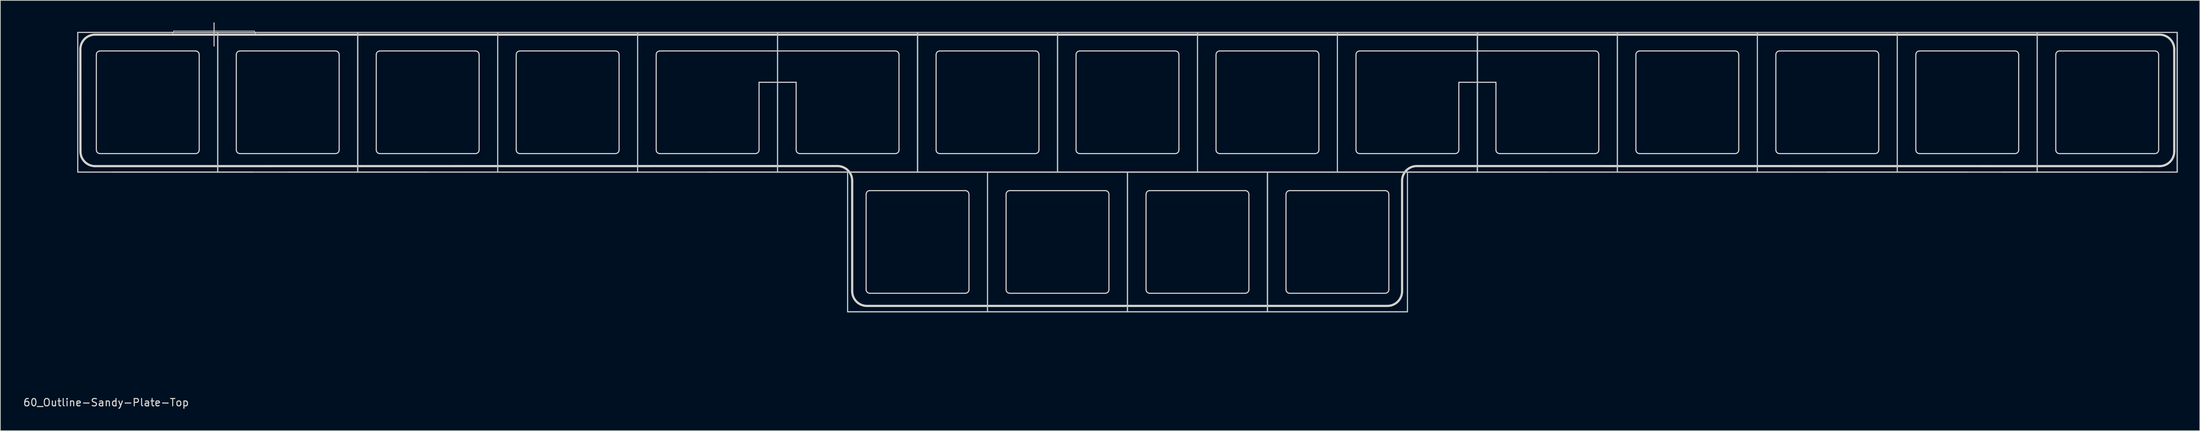
<source format=kicad_pcb>
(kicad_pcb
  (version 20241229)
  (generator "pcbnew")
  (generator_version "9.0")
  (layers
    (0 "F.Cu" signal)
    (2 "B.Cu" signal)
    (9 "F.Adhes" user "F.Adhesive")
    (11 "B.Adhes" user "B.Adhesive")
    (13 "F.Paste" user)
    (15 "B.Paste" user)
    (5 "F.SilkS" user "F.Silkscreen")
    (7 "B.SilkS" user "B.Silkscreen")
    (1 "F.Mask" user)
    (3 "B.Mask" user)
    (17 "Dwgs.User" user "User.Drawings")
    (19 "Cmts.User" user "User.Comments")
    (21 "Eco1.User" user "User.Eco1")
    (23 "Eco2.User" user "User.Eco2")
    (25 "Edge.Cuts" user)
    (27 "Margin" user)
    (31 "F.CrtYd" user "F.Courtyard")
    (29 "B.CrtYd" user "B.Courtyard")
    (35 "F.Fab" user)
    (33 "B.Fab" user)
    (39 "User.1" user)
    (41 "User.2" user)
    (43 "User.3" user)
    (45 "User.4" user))
  (footprint "60_Outline-Sandy-Plate-Top"
    (layer "F.Cu")
    (at 150.412 20.425)
    (property "Reference" "60_Outline-Sandy-Plate-Top" (at -139.025 31.425 0) (layer "Edge.Cuts") (effects (font (size 1 1) (thickness 0.15))))
    (attr through_hole)
    (fp_line (start -142.875 -19.05) (end -123.825 -19.05) (stroke (width 0.15) (type solid)) (layer "Dwgs.User"))
    (fp_line (start -142.875 -19.05) (end -123.825 -19.05) (stroke (width 0.15) (type solid)) (layer "Dwgs.User"))
    (fp_line (start -142.875 0) (end -142.875 -19.05) (stroke (width 0.15) (type solid)) (layer "Dwgs.User"))
    (fp_line (start -142.875 0) (end -142.875 -19.05) (stroke (width 0.15) (type solid)) (layer "Dwgs.User"))
    (fp_line (start -138.113 0) (end -119.062 0) (stroke (width 0.15) (type solid)) (layer "Dwgs.User"))
    (fp_line (start -129.825 -19.25) (end -118.825 -19.25) (stroke (width 0.1) (type solid)) (layer "Dwgs.User"))
    (fp_line (start -124.325 -20.35) (end -124.325 -17.2) (stroke (width 0.15) (type solid)) (layer "Dwgs.User"))
    (fp_line (start -123.825 -19.05) (end -123.825 0) (stroke (width 0.15) (type solid)) (layer "Dwgs.User"))
    (fp_line (start -123.825 -19.05) (end -123.825 0) (stroke (width 0.15) (type solid)) (layer "Dwgs.User"))
    (fp_line (start -123.825 -19.05) (end -104.775 -19.05) (stroke (width 0.15) (type solid)) (layer "Dwgs.User"))
    (fp_line (start -123.825 -19.05) (end -104.775 -19.05) (stroke (width 0.15) (type solid)) (layer "Dwgs.User"))
    (fp_line (start -123.825 0) (end -142.875 0) (stroke (width 0.15) (type solid)) (layer "Dwgs.User"))
    (fp_line (start -123.825 0) (end -142.875 0) (stroke (width 0.15) (type solid)) (layer "Dwgs.User"))
    (fp_line (start -123.825 0) (end -123.825 -19.05) (stroke (width 0.15) (type solid)) (layer "Dwgs.User"))
    (fp_line (start -123.825 0) (end -123.825 -19.05) (stroke (width 0.15) (type solid)) (layer "Dwgs.User"))
    (fp_line (start -114.3 0) (end -95.25 0) (stroke (width 0.15) (type solid)) (layer "Dwgs.User"))
    (fp_line (start -104.775 -19.05) (end -104.775 0) (stroke (width 0.15) (type solid)) (layer "Dwgs.User"))
    (fp_line (start -104.775 -19.05) (end -104.775 0) (stroke (width 0.15) (type solid)) (layer "Dwgs.User"))
    (fp_line (start -104.775 -19.05) (end -85.725 -19.05) (stroke (width 0.15) (type solid)) (layer "Dwgs.User"))
    (fp_line (start -104.775 -19.05) (end -85.725 -19.05) (stroke (width 0.15) (type solid)) (layer "Dwgs.User"))
    (fp_line (start -104.775 0) (end -123.825 0) (stroke (width 0.15) (type solid)) (layer "Dwgs.User"))
    (fp_line (start -104.775 0) (end -123.825 0) (stroke (width 0.15) (type solid)) (layer "Dwgs.User"))
    (fp_line (start -104.775 0) (end -104.775 -19.05) (stroke (width 0.15) (type solid)) (layer "Dwgs.User"))
    (fp_line (start -104.775 0) (end -104.775 -19.05) (stroke (width 0.15) (type solid)) (layer "Dwgs.User"))
    (fp_line (start -85.725 -19.05) (end -85.725 0) (stroke (width 0.15) (type solid)) (layer "Dwgs.User"))
    (fp_line (start -85.725 -19.05) (end -85.725 0) (stroke (width 0.15) (type solid)) (layer "Dwgs.User"))
    (fp_line (start -85.725 -19.05) (end -66.675 -19.05) (stroke (width 0.15) (type solid)) (layer "Dwgs.User"))
    (fp_line (start -85.725 -19.05) (end -66.675 -19.05) (stroke (width 0.15) (type solid)) (layer "Dwgs.User"))
    (fp_line (start -85.725 0) (end -104.775 0) (stroke (width 0.15) (type solid)) (layer "Dwgs.User"))
    (fp_line (start -85.725 0) (end -104.775 0) (stroke (width 0.15) (type solid)) (layer "Dwgs.User"))
    (fp_line (start -85.725 0) (end -85.725 -19.05) (stroke (width 0.15) (type solid)) (layer "Dwgs.User"))
    (fp_line (start -85.725 0) (end -85.725 -19.05) (stroke (width 0.15) (type solid)) (layer "Dwgs.User"))
    (fp_line (start -66.675 -19.05) (end -66.675 0) (stroke (width 0.15) (type solid)) (layer "Dwgs.User"))
    (fp_line (start -66.675 -19.05) (end -66.675 0) (stroke (width 0.15) (type solid)) (layer "Dwgs.User"))
    (fp_line (start -66.675 -19.05) (end -47.625 -19.05) (stroke (width 0.15) (type solid)) (layer "Dwgs.User"))
    (fp_line (start -66.675 -19.05) (end -47.625 -19.05) (stroke (width 0.15) (type solid)) (layer "Dwgs.User"))
    (fp_line (start -66.675 0) (end -85.725 0) (stroke (width 0.15) (type solid)) (layer "Dwgs.User"))
    (fp_line (start -66.675 0) (end -85.725 0) (stroke (width 0.15) (type solid)) (layer "Dwgs.User"))
    (fp_line (start -66.675 0) (end -66.675 -19.05) (stroke (width 0.15) (type solid)) (layer "Dwgs.User"))
    (fp_line (start -66.675 0) (end -66.675 -19.05) (stroke (width 0.15) (type solid)) (layer "Dwgs.User"))
    (fp_line (start -57.15 0) (end -38.1 0) (stroke (width 0.15) (type solid)) (layer "Dwgs.User"))
    (fp_line (start -47.625 -19.05) (end -47.625 0) (stroke (width 0.15) (type solid)) (layer "Dwgs.User"))
    (fp_line (start -47.625 -19.05) (end -47.625 0) (stroke (width 0.15) (type solid)) (layer "Dwgs.User"))
    (fp_line (start -47.625 -19.05) (end -28.575 -19.05) (stroke (width 0.15) (type solid)) (layer "Dwgs.User"))
    (fp_line (start -47.625 -19.05) (end -28.575 -19.05) (stroke (width 0.15) (type solid)) (layer "Dwgs.User"))
    (fp_line (start -47.625 0) (end -66.675 0) (stroke (width 0.15) (type solid)) (layer "Dwgs.User"))
    (fp_line (start -47.625 0) (end -66.675 0) (stroke (width 0.15) (type solid)) (layer "Dwgs.User"))
    (fp_line (start -47.625 0) (end -47.625 -19.05) (stroke (width 0.15) (type solid)) (layer "Dwgs.User"))
    (fp_line (start -47.625 0) (end -47.625 -19.05) (stroke (width 0.15) (type solid)) (layer "Dwgs.User"))
    (fp_line (start -38.1 0) (end -38.1 19.05) (stroke (width 0.15) (type solid)) (layer "Dwgs.User"))
    (fp_line (start -38.1 0) (end -19.05 0) (stroke (width 0.15) (type solid)) (layer "Dwgs.User"))
    (fp_line (start -38.1 0) (end -19.05 0) (stroke (width 0.15) (type solid)) (layer "Dwgs.User"))
    (fp_line (start -38.1 19.05) (end -38.1 0) (stroke (width 0.15) (type solid)) (layer "Dwgs.User"))
    (fp_line (start -38.1 19.05) (end -38.1 0) (stroke (width 0.15) (type solid)) (layer "Dwgs.User"))
    (fp_line (start -38.1 19.05) (end -19.05 19.05) (stroke (width 0.15) (type solid)) (layer "Dwgs.User"))
    (fp_line (start -28.575 -19.05) (end -28.575 0) (stroke (width 0.15) (type solid)) (layer "Dwgs.User"))
    (fp_line (start -28.575 -19.05) (end -28.575 0) (stroke (width 0.15) (type solid)) (layer "Dwgs.User"))
    (fp_line (start -28.575 -19.05) (end -9.525 -19.05) (stroke (width 0.15) (type solid)) (layer "Dwgs.User"))
    (fp_line (start -28.575 -19.05) (end -9.525 -19.05) (stroke (width 0.15) (type solid)) (layer "Dwgs.User"))
    (fp_line (start -28.575 0) (end -47.625 0) (stroke (width 0.15) (type solid)) (layer "Dwgs.User"))
    (fp_line (start -28.575 0) (end -47.625 0) (stroke (width 0.15) (type solid)) (layer "Dwgs.User"))
    (fp_line (start -28.575 0) (end -28.575 -19.05) (stroke (width 0.15) (type solid)) (layer "Dwgs.User"))
    (fp_line (start -28.575 0) (end -28.575 -19.05) (stroke (width 0.15) (type solid)) (layer "Dwgs.User"))
    (fp_line (start -19.05 0) (end -19.05 19.05) (stroke (width 0.15) (type solid)) (layer "Dwgs.User"))
    (fp_line (start -19.05 0) (end -19.05 19.05) (stroke (width 0.15) (type solid)) (layer "Dwgs.User"))
    (fp_line (start -19.05 0) (end 0 0) (stroke (width 0.15) (type solid)) (layer "Dwgs.User"))
    (fp_line (start -19.05 0) (end 0 0) (stroke (width 0.15) (type solid)) (layer "Dwgs.User"))
    (fp_line (start -19.05 19.05) (end -38.1 19.05) (stroke (width 0.15) (type solid)) (layer "Dwgs.User"))
    (fp_line (start -19.05 19.05) (end -38.1 19.05) (stroke (width 0.15) (type solid)) (layer "Dwgs.User"))
    (fp_line (start -19.05 19.05) (end -19.05 0) (stroke (width 0.15) (type solid)) (layer "Dwgs.User"))
    (fp_line (start -19.05 19.05) (end -19.05 0) (stroke (width 0.15) (type solid)) (layer "Dwgs.User"))
    (fp_line (start -19.05 19.05) (end 0 19.05) (stroke (width 0.15) (type solid)) (layer "Dwgs.User"))
    (fp_line (start -9.525 -19.05) (end -9.525 0) (stroke (width 0.15) (type solid)) (layer "Dwgs.User"))
    (fp_line (start -9.525 -19.05) (end -9.525 0) (stroke (width 0.15) (type solid)) (layer "Dwgs.User"))
    (fp_line (start -9.525 -19.05) (end 9.525 -19.05) (stroke (width 0.15) (type solid)) (layer "Dwgs.User"))
    (fp_line (start -9.525 -19.05) (end 9.525 -19.05) (stroke (width 0.15) (type solid)) (layer "Dwgs.User"))
    (fp_line (start -9.525 0) (end -28.575 0) (stroke (width 0.15) (type solid)) (layer "Dwgs.User"))
    (fp_line (start -9.525 0) (end -28.575 0) (stroke (width 0.15) (type solid)) (layer "Dwgs.User"))
    (fp_line (start -9.525 0) (end -9.525 -19.05) (stroke (width 0.15) (type solid)) (layer "Dwgs.User"))
    (fp_line (start -9.525 0) (end -9.525 -19.05) (stroke (width 0.15) (type solid)) (layer "Dwgs.User"))
    (fp_line (start 0 0) (end 0 19.05) (stroke (width 0.15) (type solid)) (layer "Dwgs.User"))
    (fp_line (start 0 0) (end 0 19.05) (stroke (width 0.15) (type solid)) (layer "Dwgs.User"))
    (fp_line (start 0 0) (end 19.05 0) (stroke (width 0.15) (type solid)) (layer "Dwgs.User"))
    (fp_line (start 0 0) (end 19.05 0) (stroke (width 0.15) (type solid)) (layer "Dwgs.User"))
    (fp_line (start 0 19.05) (end -19.05 19.05) (stroke (width 0.15) (type solid)) (layer "Dwgs.User"))
    (fp_line (start 0 19.05) (end -19.05 19.05) (stroke (width 0.15) (type solid)) (layer "Dwgs.User"))
    (fp_line (start 0 19.05) (end 0 0) (stroke (width 0.15) (type solid)) (layer "Dwgs.User"))
    (fp_line (start 0 19.05) (end 0 0) (stroke (width 0.15) (type solid)) (layer "Dwgs.User"))
    (fp_line (start 0 19.05) (end 19.05 19.05) (stroke (width 0.15) (type solid)) (layer "Dwgs.User"))
    (fp_line (start 9.525 -19.05) (end 9.525 0) (stroke (width 0.15) (type solid)) (layer "Dwgs.User"))
    (fp_line (start 9.525 -19.05) (end 9.525 0) (stroke (width 0.15) (type solid)) (layer "Dwgs.User"))
    (fp_line (start 9.525 -19.05) (end 28.575 -19.05) (stroke (width 0.15) (type solid)) (layer "Dwgs.User"))
    (fp_line (start 9.525 -19.05) (end 28.575 -19.05) (stroke (width 0.15) (type solid)) (layer "Dwgs.User"))
    (fp_line (start 9.525 0) (end -9.525 0) (stroke (width 0.15) (type solid)) (layer "Dwgs.User"))
    (fp_line (start 9.525 0) (end -9.525 0) (stroke (width 0.15) (type solid)) (layer "Dwgs.User"))
    (fp_line (start 9.525 0) (end 9.525 -19.05) (stroke (width 0.15) (type solid)) (layer "Dwgs.User"))
    (fp_line (start 9.525 0) (end 9.525 -19.05) (stroke (width 0.15) (type solid)) (layer "Dwgs.User"))
    (fp_line (start 19.05 0) (end 19.05 19.05) (stroke (width 0.15) (type solid)) (layer "Dwgs.User"))
    (fp_line (start 19.05 0) (end 19.05 19.05) (stroke (width 0.15) (type solid)) (layer "Dwgs.User"))
    (fp_line (start 19.05 0) (end 38.1 0) (stroke (width 0.15) (type solid)) (layer "Dwgs.User"))
    (fp_line (start 19.05 0) (end 38.1 0) (stroke (width 0.15) (type solid)) (layer "Dwgs.User"))
    (fp_line (start 19.05 19.05) (end 0 19.05) (stroke (width 0.15) (type solid)) (layer "Dwgs.User"))
    (fp_line (start 19.05 19.05) (end 0 19.05) (stroke (width 0.15) (type solid)) (layer "Dwgs.User"))
    (fp_line (start 19.05 19.05) (end 19.05 0) (stroke (width 0.15) (type solid)) (layer "Dwgs.User"))
    (fp_line (start 19.05 19.05) (end 19.05 0) (stroke (width 0.15) (type solid)) (layer "Dwgs.User"))
    (fp_line (start 19.05 19.05) (end 38.1 19.05) (stroke (width 0.15) (type solid)) (layer "Dwgs.User"))
    (fp_line (start 28.575 -19.05) (end 28.575 0) (stroke (width 0.15) (type solid)) (layer "Dwgs.User"))
    (fp_line (start 28.575 -19.05) (end 28.575 0) (stroke (width 0.15) (type solid)) (layer "Dwgs.User"))
    (fp_line (start 28.575 -19.05) (end 47.625 -19.05) (stroke (width 0.15) (type solid)) (layer "Dwgs.User"))
    (fp_line (start 28.575 -19.05) (end 47.625 -19.05) (stroke (width 0.15) (type solid)) (layer "Dwgs.User"))
    (fp_line (start 28.575 0) (end 9.525 0) (stroke (width 0.15) (type solid)) (layer "Dwgs.User"))
    (fp_line (start 28.575 0) (end 9.525 0) (stroke (width 0.15) (type solid)) (layer "Dwgs.User"))
    (fp_line (start 28.575 0) (end 28.575 -19.05) (stroke (width 0.15) (type solid)) (layer "Dwgs.User"))
    (fp_line (start 28.575 0) (end 28.575 -19.05) (stroke (width 0.15) (type solid)) (layer "Dwgs.User"))
    (fp_line (start 38.1 0) (end 38.1 19.05) (stroke (width 0.15) (type solid)) (layer "Dwgs.User"))
    (fp_line (start 38.1 0) (end 38.1 19.05) (stroke (width 0.15) (type solid)) (layer "Dwgs.User"))
    (fp_line (start 38.1 0) (end 57.15 0) (stroke (width 0.15) (type solid)) (layer "Dwgs.User"))
    (fp_line (start 38.1 19.05) (end 19.05 19.05) (stroke (width 0.15) (type solid)) (layer "Dwgs.User"))
    (fp_line (start 38.1 19.05) (end 19.05 19.05) (stroke (width 0.15) (type solid)) (layer "Dwgs.User"))
    (fp_line (start 47.625 -19.05) (end 47.625 0) (stroke (width 0.15) (type solid)) (layer "Dwgs.User"))
    (fp_line (start 47.625 -19.05) (end 47.625 0) (stroke (width 0.15) (type solid)) (layer "Dwgs.User"))
    (fp_line (start 47.625 -19.05) (end 47.625 0) (stroke (width 0.15) (type solid)) (layer "Dwgs.User"))
    (fp_line (start 47.625 -19.05) (end 66.675 -19.05) (stroke (width 0.15) (type solid)) (layer "Dwgs.User"))
    (fp_line (start 47.625 -19.05) (end 66.675 -19.05) (stroke (width 0.15) (type solid)) (layer "Dwgs.User"))
    (fp_line (start 47.625 0) (end 28.575 0) (stroke (width 0.15) (type solid)) (layer "Dwgs.User"))
    (fp_line (start 47.625 0) (end 28.575 0) (stroke (width 0.15) (type solid)) (layer "Dwgs.User"))
    (fp_line (start 47.625 0) (end 47.625 -19.05) (stroke (width 0.15) (type solid)) (layer "Dwgs.User"))
    (fp_line (start 47.625 0) (end 47.625 -19.05) (stroke (width 0.15) (type solid)) (layer "Dwgs.User"))
    (fp_line (start 47.625 0) (end 47.625 -19.05) (stroke (width 0.15) (type solid)) (layer "Dwgs.User"))
    (fp_line (start 66.675 -19.05) (end 66.675 0) (stroke (width 0.15) (type solid)) (layer "Dwgs.User"))
    (fp_line (start 66.675 -19.05) (end 66.675 0) (stroke (width 0.15) (type solid)) (layer "Dwgs.User"))
    (fp_line (start 66.675 -19.05) (end 85.725 -19.05) (stroke (width 0.15) (type solid)) (layer "Dwgs.User"))
    (fp_line (start 66.675 -19.05) (end 85.725 -19.05) (stroke (width 0.15) (type solid)) (layer "Dwgs.User"))
    (fp_line (start 66.675 0) (end 47.625 0) (stroke (width 0.15) (type solid)) (layer "Dwgs.User"))
    (fp_line (start 66.675 0) (end 47.625 0) (stroke (width 0.15) (type solid)) (layer "Dwgs.User"))
    (fp_line (start 66.675 0) (end 66.675 -19.05) (stroke (width 0.15) (type solid)) (layer "Dwgs.User"))
    (fp_line (start 85.725 -19.05) (end 85.725 0) (stroke (width 0.15) (type solid)) (layer "Dwgs.User"))
    (fp_line (start 85.725 -19.05) (end 104.775 -19.05) (stroke (width 0.15) (type solid)) (layer "Dwgs.User"))
    (fp_line (start 85.725 -19.05) (end 104.775 -19.05) (stroke (width 0.15) (type solid)) (layer "Dwgs.User"))
    (fp_line (start 85.725 0) (end 66.675 0) (stroke (width 0.15) (type solid)) (layer "Dwgs.User"))
    (fp_line (start 85.725 0) (end 66.675 0) (stroke (width 0.15) (type solid)) (layer "Dwgs.User"))
    (fp_line (start 85.725 0) (end 85.725 -19.05) (stroke (width 0.15) (type solid)) (layer "Dwgs.User"))
    (fp_line (start 85.725 0) (end 85.725 -19.05) (stroke (width 0.15) (type solid)) (layer "Dwgs.User"))
    (fp_line (start 95.25 0) (end 114.3 0) (stroke (width 0.15) (type solid)) (layer "Dwgs.User"))
    (fp_line (start 104.775 -19.05) (end 104.775 0) (stroke (width 0.15) (type solid)) (layer "Dwgs.User"))
    (fp_line (start 104.775 -19.05) (end 104.775 0) (stroke (width 0.15) (type solid)) (layer "Dwgs.User"))
    (fp_line (start 104.775 -19.05) (end 123.825 -19.05) (stroke (width 0.15) (type solid)) (layer "Dwgs.User"))
    (fp_line (start 104.775 -19.05) (end 123.825 -19.05) (stroke (width 0.15) (type solid)) (layer "Dwgs.User"))
    (fp_line (start 104.775 0) (end 85.725 0) (stroke (width 0.15) (type solid)) (layer "Dwgs.User"))
    (fp_line (start 104.775 0) (end 85.725 0) (stroke (width 0.15) (type solid)) (layer "Dwgs.User"))
    (fp_line (start 104.775 0) (end 104.775 -19.05) (stroke (width 0.15) (type solid)) (layer "Dwgs.User"))
    (fp_line (start 119.062 0) (end 138.113 0) (stroke (width 0.15) (type solid)) (layer "Dwgs.User"))
    (fp_line (start 123.825 -19.05) (end 123.825 0) (stroke (width 0.15) (type solid)) (layer "Dwgs.User"))
    (fp_line (start 123.825 -19.05) (end 123.825 0) (stroke (width 0.15) (type solid)) (layer "Dwgs.User"))
    (fp_line (start 123.825 -19.05) (end 142.875 -19.05) (stroke (width 0.15) (type solid)) (layer "Dwgs.User"))
    (fp_line (start 123.825 -19.05) (end 142.875 -19.05) (stroke (width 0.15) (type solid)) (layer "Dwgs.User"))
    (fp_line (start 123.825 0) (end 104.775 0) (stroke (width 0.15) (type solid)) (layer "Dwgs.User"))
    (fp_line (start 123.825 0) (end 104.775 0) (stroke (width 0.15) (type solid)) (layer "Dwgs.User"))
    (fp_line (start 123.825 0) (end 123.825 -19.05) (stroke (width 0.15) (type solid)) (layer "Dwgs.User"))
    (fp_line (start 142.875 -19.05) (end 142.875 0) (stroke (width 0.15) (type solid)) (layer "Dwgs.User"))
    (fp_line (start 142.875 -19.05) (end 142.875 0) (stroke (width 0.15) (type solid)) (layer "Dwgs.User"))
    (fp_line (start 142.875 -19.05) (end 142.875 0) (stroke (width 0.15) (type solid)) (layer "Dwgs.User"))
    (fp_line (start 142.875 0) (end 123.825 0) (stroke (width 0.15) (type solid)) (layer "Dwgs.User"))
    (fp_line (start 142.875 0) (end 123.825 0) (stroke (width 0.15) (type solid)) (layer "Dwgs.User"))
    (fp_arc (start -129.825 -19.25004) (mid -129.971447 -18.896487) (end -130.325 -18.75004) (stroke (width 0.1) (type solid)) (layer "Dwgs.User"))
    (fp_arc (start -118.325 -18.75004) (mid -118.678553 -18.896487) (end -118.825 -19.25004) (stroke (width 0.1) (type solid)) (layer "Dwgs.User"))
    (fp_circle (center -47.625 -14.5) (end -45.425 -14.5) (stroke (width 0.15) (type solid)) (fill no) (layer "Eco1.User"))
    (fp_circle (center 47.625 -14.5) (end 49.825 -14.5) (stroke (width 0.15) (type solid)) (fill no) (layer "Eco1.User"))
    (fp_circle (center 47.625 -14.5) (end 49.825 -14.5) (stroke (width 0.15) (type solid)) (fill no) (layer "Eco1.User"))
    (fp_line (start -142.511 -2.814) (end -142.525 -16.75) (stroke (width 0.3) (type solid)) (layer "Edge.Cuts"))
    (fp_line (start -140.511 -0.814) (end -39.471 -0.825) (stroke (width 0.3) (type solid)) (layer "Edge.Cuts"))
    (fp_line (start -140.35 -16.025) (end -140.35 -3.025) (stroke (width 0.15) (type solid)) (layer "Edge.Cuts"))
    (fp_line (start -139.85 -16.525) (end -126.85 -16.525) (stroke (width 0.15) (type solid)) (layer "Edge.Cuts"))
    (fp_line (start -139.85 -2.525) (end -126.85 -2.525) (stroke (width 0.15) (type solid)) (layer "Edge.Cuts"))
    (fp_line (start -126.35 -3.025) (end -126.35 -16.025) (stroke (width 0.15) (type solid)) (layer "Edge.Cuts"))
    (fp_line (start -121.3 -16.025) (end -121.3 -3.025) (stroke (width 0.15) (type solid)) (layer "Edge.Cuts"))
    (fp_line (start -120.8 -16.525) (end -107.8 -16.525) (stroke (width 0.15) (type solid)) (layer "Edge.Cuts"))
    (fp_line (start -120.8 -2.525) (end -107.8 -2.525) (stroke (width 0.15) (type solid)) (layer "Edge.Cuts"))
    (fp_line (start -107.3 -3.025) (end -107.3 -16.025) (stroke (width 0.15) (type solid)) (layer "Edge.Cuts"))
    (fp_line (start -102.25 -16.025) (end -102.25 -3.025) (stroke (width 0.15) (type solid)) (layer "Edge.Cuts"))
    (fp_line (start -101.75 -16.525) (end -88.75 -16.525) (stroke (width 0.15) (type solid)) (layer "Edge.Cuts"))
    (fp_line (start -101.75 -2.525) (end -88.75 -2.525) (stroke (width 0.15) (type solid)) (layer "Edge.Cuts"))
    (fp_line (start -88.25 -3.025) (end -88.25 -16.025) (stroke (width 0.15) (type solid)) (layer "Edge.Cuts"))
    (fp_line (start -83.2 -16.025) (end -83.2 -3.025) (stroke (width 0.15) (type solid)) (layer "Edge.Cuts"))
    (fp_line (start -82.7 -16.525) (end -69.7 -16.525) (stroke (width 0.15) (type solid)) (layer "Edge.Cuts"))
    (fp_line (start -82.7 -2.525) (end -69.7 -2.525) (stroke (width 0.15) (type solid)) (layer "Edge.Cuts"))
    (fp_line (start -69.2 -3.025) (end -69.2 -16.025) (stroke (width 0.15) (type solid)) (layer "Edge.Cuts"))
    (fp_line (start -64.15 -16.025) (end -64.15 -3.025) (stroke (width 0.15) (type solid)) (layer "Edge.Cuts"))
    (fp_line (start -63.65 -16.525) (end -31.6 -16.525) (stroke (width 0.15) (type solid)) (layer "Edge.Cuts"))
    (fp_line (start -63.65 -2.525) (end -50.65 -2.525) (stroke (width 0.15) (type solid)) (layer "Edge.Cuts"))
    (fp_line (start -50.15 -12.25) (end -45.1 -12.25) (stroke (width 0.15) (type solid)) (layer "Edge.Cuts"))
    (fp_line (start -50.15 -3.025) (end -50.15 -12.25) (stroke (width 0.15) (type solid)) (layer "Edge.Cuts"))
    (fp_line (start -45.1 -12.25) (end -45.1 -3.025) (stroke (width 0.15) (type solid)) (layer "Edge.Cuts"))
    (fp_line (start -44.6 -2.525) (end -31.6 -2.525) (stroke (width 0.15) (type solid)) (layer "Edge.Cuts"))
    (fp_line (start -37.471 16.25) (end -37.471 1.175) (stroke (width 0.3) (type solid)) (layer "Edge.Cuts"))
    (fp_line (start -35.575 3.025) (end -35.575 16.025) (stroke (width 0.15) (type solid)) (layer "Edge.Cuts"))
    (fp_line (start -35.471 18.25) (end 35.375 18.25) (stroke (width 0.3) (type solid)) (layer "Edge.Cuts"))
    (fp_line (start -35.075 2.525) (end -22.075 2.525) (stroke (width 0.15) (type solid)) (layer "Edge.Cuts"))
    (fp_line (start -35.075 16.525) (end -22.075 16.525) (stroke (width 0.15) (type solid)) (layer "Edge.Cuts"))
    (fp_line (start -31.1 -3.025) (end -31.1 -16.025) (stroke (width 0.15) (type solid)) (layer "Edge.Cuts"))
    (fp_line (start -26.05 -16.025) (end -26.05 -3.025) (stroke (width 0.15) (type solid)) (layer "Edge.Cuts"))
    (fp_line (start -25.55 -16.525) (end -12.55 -16.525) (stroke (width 0.15) (type solid)) (layer "Edge.Cuts"))
    (fp_line (start -25.55 -2.525) (end -12.55 -2.525) (stroke (width 0.15) (type solid)) (layer "Edge.Cuts"))
    (fp_line (start -21.575 16.025) (end -21.575 3.025) (stroke (width 0.15) (type solid)) (layer "Edge.Cuts"))
    (fp_line (start -16.525 3.025) (end -16.525 16.025) (stroke (width 0.15) (type solid)) (layer "Edge.Cuts"))
    (fp_line (start -16.025 2.525) (end -3.025 2.525) (stroke (width 0.15) (type solid)) (layer "Edge.Cuts"))
    (fp_line (start -16.025 16.525) (end -3.025 16.525) (stroke (width 0.15) (type solid)) (layer "Edge.Cuts"))
    (fp_line (start -12.05 -3.025) (end -12.05 -16.025) (stroke (width 0.15) (type solid)) (layer "Edge.Cuts"))
    (fp_line (start -7 -16.025) (end -7 -3.025) (stroke (width 0.15) (type solid)) (layer "Edge.Cuts"))
    (fp_line (start -6.5 -16.525) (end 6.5 -16.525) (stroke (width 0.15) (type solid)) (layer "Edge.Cuts"))
    (fp_line (start -6.5 -2.525) (end 6.5 -2.525) (stroke (width 0.15) (type solid)) (layer "Edge.Cuts"))
    (fp_line (start -2.525 16.025) (end -2.525 3.025) (stroke (width 0.15) (type solid)) (layer "Edge.Cuts"))
    (fp_line (start 2.525 3.025) (end 2.525 16.025) (stroke (width 0.15) (type solid)) (layer "Edge.Cuts"))
    (fp_line (start 3.025 2.525) (end 16.025 2.525) (stroke (width 0.15) (type solid)) (layer "Edge.Cuts"))
    (fp_line (start 3.025 16.525) (end 16.025 16.525) (stroke (width 0.15) (type solid)) (layer "Edge.Cuts"))
    (fp_line (start 7 -3.025) (end 7 -16.025) (stroke (width 0.15) (type solid)) (layer "Edge.Cuts"))
    (fp_line (start 12.05 -16.025) (end 12.05 -3.025) (stroke (width 0.15) (type solid)) (layer "Edge.Cuts"))
    (fp_line (start 12.55 -16.525) (end 25.55 -16.525) (stroke (width 0.15) (type solid)) (layer "Edge.Cuts"))
    (fp_line (start 12.55 -2.525) (end 25.55 -2.525) (stroke (width 0.15) (type solid)) (layer "Edge.Cuts"))
    (fp_line (start 16.525 16.025) (end 16.525 3.025) (stroke (width 0.15) (type solid)) (layer "Edge.Cuts"))
    (fp_line (start 21.575 3.025) (end 21.575 16.025) (stroke (width 0.15) (type solid)) (layer "Edge.Cuts"))
    (fp_line (start 22.075 2.525) (end 35.075 2.525) (stroke (width 0.15) (type solid)) (layer "Edge.Cuts"))
    (fp_line (start 22.075 16.525) (end 35.075 16.525) (stroke (width 0.15) (type solid)) (layer "Edge.Cuts"))
    (fp_line (start 26.05 -3.025) (end 26.05 -16.025) (stroke (width 0.15) (type solid)) (layer "Edge.Cuts"))
    (fp_line (start 31.1 -16.025) (end 31.1 -3.025) (stroke (width 0.15) (type solid)) (layer "Edge.Cuts"))
    (fp_line (start 31.6 -16.525) (end 63.65 -16.525) (stroke (width 0.15) (type solid)) (layer "Edge.Cuts"))
    (fp_line (start 31.6 -2.525) (end 44.6 -2.525) (stroke (width 0.15) (type solid)) (layer "Edge.Cuts"))
    (fp_line (start 35.575 16.025) (end 35.575 3.025) (stroke (width 0.15) (type solid)) (layer "Edge.Cuts"))
    (fp_line (start 37.375 16.25) (end 37.375 1.175) (stroke (width 0.3) (type solid)) (layer "Edge.Cuts"))
    (fp_line (start 39.375 -0.825) (end 140.475 -0.814) (stroke (width 0.3) (type solid)) (layer "Edge.Cuts"))
    (fp_line (start 45.1 -12.25) (end 50.15 -12.25) (stroke (width 0.15) (type solid)) (layer "Edge.Cuts"))
    (fp_line (start 45.1 -3.025) (end 45.1 -12.25) (stroke (width 0.15) (type solid)) (layer "Edge.Cuts"))
    (fp_line (start 50.15 -12.25) (end 50.15 -3.025) (stroke (width 0.15) (type solid)) (layer "Edge.Cuts"))
    (fp_line (start 50.65 -2.525) (end 63.65 -2.525) (stroke (width 0.15) (type solid)) (layer "Edge.Cuts"))
    (fp_line (start 64.15 -3.025) (end 64.15 -16.025) (stroke (width 0.15) (type solid)) (layer "Edge.Cuts"))
    (fp_line (start 69.2 -16.025) (end 69.2 -3.025) (stroke (width 0.15) (type solid)) (layer "Edge.Cuts"))
    (fp_line (start 69.7 -16.525) (end 82.7 -16.525) (stroke (width 0.15) (type solid)) (layer "Edge.Cuts"))
    (fp_line (start 69.7 -2.525) (end 82.7 -2.525) (stroke (width 0.15) (type solid)) (layer "Edge.Cuts"))
    (fp_line (start 83.2 -3.025) (end 83.2 -16.025) (stroke (width 0.15) (type solid)) (layer "Edge.Cuts"))
    (fp_line (start 88.25 -16.025) (end 88.25 -3.025) (stroke (width 0.15) (type solid)) (layer "Edge.Cuts"))
    (fp_line (start 88.75 -16.525) (end 101.75 -16.525) (stroke (width 0.15) (type solid)) (layer "Edge.Cuts"))
    (fp_line (start 88.75 -2.525) (end 101.75 -2.525) (stroke (width 0.15) (type solid)) (layer "Edge.Cuts"))
    (fp_line (start 102.25 -3.025) (end 102.25 -16.025) (stroke (width 0.15) (type solid)) (layer "Edge.Cuts"))
    (fp_line (start 107.3 -16.025) (end 107.3 -3.025) (stroke (width 0.15) (type solid)) (layer "Edge.Cuts"))
    (fp_line (start 107.8 -16.525) (end 120.8 -16.525) (stroke (width 0.15) (type solid)) (layer "Edge.Cuts"))
    (fp_line (start 107.8 -2.525) (end 120.8 -2.525) (stroke (width 0.15) (type solid)) (layer "Edge.Cuts"))
    (fp_line (start 121.3 -3.025) (end 121.3 -16.025) (stroke (width 0.15) (type solid)) (layer "Edge.Cuts"))
    (fp_line (start 126.35 -16.025) (end 126.35 -3.025) (stroke (width 0.15) (type solid)) (layer "Edge.Cuts"))
    (fp_line (start 126.85 -16.525) (end 139.85 -16.525) (stroke (width 0.15) (type solid)) (layer "Edge.Cuts"))
    (fp_line (start 126.85 -2.525) (end 139.85 -2.525) (stroke (width 0.15) (type solid)) (layer "Edge.Cuts"))
    (fp_line (start 140.35 -3.025) (end 140.35 -16.025) (stroke (width 0.15) (type solid)) (layer "Edge.Cuts"))
    (fp_line (start 140.475 -18.75) (end -140.525 -18.75) (stroke (width 0.3) (type solid)) (layer "Edge.Cuts"))
    (fp_line (start 142.475 -2.814) (end 142.475 -16.75) (stroke (width 0.3) (type solid)) (layer "Edge.Cuts"))
    (fp_arc (start -142.525 -16.75004) (mid -141.939214 -18.164254) (end -140.525 -18.75004) (stroke (width 0.3) (type solid)) (layer "Edge.Cuts"))
    (fp_arc (start -140.510786 -0.814254) (mid -141.925 -1.40004) (end -142.510786 -2.814254) (stroke (width 0.3) (type solid)) (layer "Edge.Cuts"))
    (fp_arc (start -140.35 -16.025) (mid -140.203553 -16.378553) (end -139.85 -16.525) (stroke (width 0.15) (type solid)) (layer "Edge.Cuts"))
    (fp_arc (start -139.85 -2.525) (mid -140.203553 -2.671447) (end -140.35 -3.025) (stroke (width 0.15) (type solid)) (layer "Edge.Cuts"))
    (fp_arc (start -126.85 -16.525) (mid -126.496447 -16.378553) (end -126.35 -16.025) (stroke (width 0.15) (type solid)) (layer "Edge.Cuts"))
    (fp_arc (start -126.35 -3.025) (mid -126.496447 -2.671447) (end -126.85 -2.525) (stroke (width 0.15) (type solid)) (layer "Edge.Cuts"))
    (fp_arc (start -121.3 -16.025) (mid -121.153553 -16.378553) (end -120.8 -16.525) (stroke (width 0.15) (type solid)) (layer "Edge.Cuts"))
    (fp_arc (start -120.8 -2.525) (mid -121.153553 -2.671447) (end -121.3 -3.025) (stroke (width 0.15) (type solid)) (layer "Edge.Cuts"))
    (fp_arc (start -107.8 -16.525) (mid -107.446447 -16.378553) (end -107.3 -16.025) (stroke (width 0.15) (type solid)) (layer "Edge.Cuts"))
    (fp_arc (start -107.3 -3.025) (mid -107.446447 -2.671447) (end -107.8 -2.525) (stroke (width 0.15) (type solid)) (layer "Edge.Cuts"))
    (fp_arc (start -102.25 -16.025) (mid -102.103553 -16.378553) (end -101.75 -16.525) (stroke (width 0.15) (type solid)) (layer "Edge.Cuts"))
    (fp_arc (start -101.75 -2.525) (mid -102.103553 -2.671447) (end -102.25 -3.025) (stroke (width 0.15) (type solid)) (layer "Edge.Cuts"))
    (fp_arc (start -88.75 -16.525) (mid -88.396447 -16.378553) (end -88.25 -16.025) (stroke (width 0.15) (type solid)) (layer "Edge.Cuts"))
    (fp_arc (start -88.25 -3.025) (mid -88.396447 -2.671447) (end -88.75 -2.525) (stroke (width 0.15) (type solid)) (layer "Edge.Cuts"))
    (fp_arc (start -83.2 -16.025) (mid -83.053553 -16.378553) (end -82.7 -16.525) (stroke (width 0.15) (type solid)) (layer "Edge.Cuts"))
    (fp_arc (start -82.7 -2.525) (mid -83.053553 -2.671447) (end -83.2 -3.025) (stroke (width 0.15) (type solid)) (layer "Edge.Cuts"))
    (fp_arc (start -69.7 -16.525) (mid -69.346447 -16.378553) (end -69.2 -16.025) (stroke (width 0.15) (type solid)) (layer "Edge.Cuts"))
    (fp_arc (start -69.2 -3.025) (mid -69.346447 -2.671447) (end -69.7 -2.525) (stroke (width 0.15) (type solid)) (layer "Edge.Cuts"))
    (fp_arc (start -64.15 -16.025) (mid -64.003553 -16.378553) (end -63.65 -16.525) (stroke (width 0.15) (type solid)) (layer "Edge.Cuts"))
    (fp_arc (start -63.65 -2.525) (mid -64.003553 -2.671447) (end -64.15 -3.025) (stroke (width 0.15) (type solid)) (layer "Edge.Cuts"))
    (fp_arc (start -50.15 -3.025) (mid -50.296447 -2.671447) (end -50.65 -2.525) (stroke (width 0.15) (type solid)) (layer "Edge.Cuts"))
    (fp_arc (start -44.6 -2.525) (mid -44.953553 -2.671447) (end -45.1 -3.025) (stroke (width 0.15) (type solid)) (layer "Edge.Cuts"))
    (fp_arc (start -39.470786 -0.82504) (mid -38.056572 -0.239254) (end -37.470786 1.17496) (stroke (width 0.3) (type solid)) (layer "Edge.Cuts"))
    (fp_arc (start -35.575 3.025) (mid -35.428553 2.671447) (end -35.075 2.525) (stroke (width 0.15) (type solid)) (layer "Edge.Cuts"))
    (fp_arc (start -35.470786 18.24996) (mid -36.885 17.664174) (end -37.470786 16.24996) (stroke (width 0.3) (type solid)) (layer "Edge.Cuts"))
    (fp_arc (start -35.075 16.525) (mid -35.428553 16.378553) (end -35.575 16.025) (stroke (width 0.15) (type solid)) (layer "Edge.Cuts"))
    (fp_arc (start -31.6 -16.525) (mid -31.246447 -16.378553) (end -31.1 -16.025) (stroke (width 0.15) (type solid)) (layer "Edge.Cuts"))
    (fp_arc (start -31.1 -3.025) (mid -31.246447 -2.671447) (end -31.6 -2.525) (stroke (width 0.15) (type solid)) (layer "Edge.Cuts"))
    (fp_arc (start -26.05 -16.025) (mid -25.903553 -16.378553) (end -25.55 -16.525) (stroke (width 0.15) (type solid)) (layer "Edge.Cuts"))
    (fp_arc (start -25.55 -2.525) (mid -25.903553 -2.671447) (end -26.05 -3.025) (stroke (width 0.15) (type solid)) (layer "Edge.Cuts"))
    (fp_arc (start -22.075 2.525) (mid -21.721447 2.671447) (end -21.575 3.025) (stroke (width 0.15) (type solid)) (layer "Edge.Cuts"))
    (fp_arc (start -21.575 16.025) (mid -21.721447 16.378553) (end -22.075 16.525) (stroke (width 0.15) (type solid)) (layer "Edge.Cuts"))
    (fp_arc (start -16.525 3.025) (mid -16.378553 2.671447) (end -16.025 2.525) (stroke (width 0.15) (type solid)) (layer "Edge.Cuts"))
    (fp_arc (start -16.025 16.525) (mid -16.378553 16.378553) (end -16.525 16.025) (stroke (width 0.15) (type solid)) (layer "Edge.Cuts"))
    (fp_arc (start -12.55 -16.525) (mid -12.196447 -16.378553) (end -12.05 -16.025) (stroke (width 0.15) (type solid)) (layer "Edge.Cuts"))
    (fp_arc (start -12.05 -3.025) (mid -12.196447 -2.671447) (end -12.55 -2.525) (stroke (width 0.15) (type solid)) (layer "Edge.Cuts"))
    (fp_arc (start -7 -16.025) (mid -6.853553 -16.378553) (end -6.5 -16.525) (stroke (width 0.15) (type solid)) (layer "Edge.Cuts"))
    (fp_arc (start -6.5 -2.525) (mid -6.853553 -2.671447) (end -7 -3.025) (stroke (width 0.15) (type solid)) (layer "Edge.Cuts"))
    (fp_arc (start -3.025 2.525) (mid -2.671447 2.671447) (end -2.525 3.025) (stroke (width 0.15) (type solid)) (layer "Edge.Cuts"))
    (fp_arc (start -2.525 16.025) (mid -2.671447 16.378553) (end -3.025 16.525) (stroke (width 0.15) (type solid)) (layer "Edge.Cuts"))
    (fp_arc (start 2.525 3.025) (mid 2.671447 2.671447) (end 3.025 2.525) (stroke (width 0.15) (type solid)) (layer "Edge.Cuts"))
    (fp_arc (start 3.025 16.525) (mid 2.671447 16.378553) (end 2.525 16.025) (stroke (width 0.15) (type solid)) (layer "Edge.Cuts"))
    (fp_arc (start 6.5 -16.525) (mid 6.853553 -16.378553) (end 7 -16.025) (stroke (width 0.15) (type solid)) (layer "Edge.Cuts"))
    (fp_arc (start 7 -3.025) (mid 6.853553 -2.671447) (end 6.5 -2.525) (stroke (width 0.15) (type solid)) (layer "Edge.Cuts"))
    (fp_arc (start 12.05 -16.025) (mid 12.196447 -16.378553) (end 12.55 -16.525) (stroke (width 0.15) (type solid)) (layer "Edge.Cuts"))
    (fp_arc (start 12.55 -2.525) (mid 12.196447 -2.671447) (end 12.05 -3.025) (stroke (width 0.15) (type solid)) (layer "Edge.Cuts"))
    (fp_arc (start 16.025 2.525) (mid 16.378553 2.671447) (end 16.525 3.025) (stroke (width 0.15) (type solid)) (layer "Edge.Cuts"))
    (fp_arc (start 16.525 16.025) (mid 16.378553 16.378553) (end 16.025 16.525) (stroke (width 0.15) (type solid)) (layer "Edge.Cuts"))
    (fp_arc (start 21.575 3.025) (mid 21.721447 2.671447) (end 22.075 2.525) (stroke (width 0.15) (type solid)) (layer "Edge.Cuts"))
    (fp_arc (start 22.075 16.525) (mid 21.721447 16.378553) (end 21.575 16.025) (stroke (width 0.15) (type solid)) (layer "Edge.Cuts"))
    (fp_arc (start 25.55 -16.525) (mid 25.903553 -16.378553) (end 26.05 -16.025) (stroke (width 0.15) (type solid)) (layer "Edge.Cuts"))
    (fp_arc (start 26.05 -3.025) (mid 25.903553 -2.671447) (end 25.55 -2.525) (stroke (width 0.15) (type solid)) (layer "Edge.Cuts"))
    (fp_arc (start 31.1 -16.025) (mid 31.246447 -16.378553) (end 31.6 -16.525) (stroke (width 0.15) (type solid)) (layer "Edge.Cuts"))
    (fp_arc (start 31.6 -2.525) (mid 31.246447 -2.671447) (end 31.1 -3.025) (stroke (width 0.15) (type solid)) (layer "Edge.Cuts"))
    (fp_arc (start 35.075 2.525) (mid 35.428553 2.671447) (end 35.575 3.025) (stroke (width 0.15) (type solid)) (layer "Edge.Cuts"))
    (fp_arc (start 35.575 16.025) (mid 35.428553 16.378553) (end 35.075 16.525) (stroke (width 0.15) (type solid)) (layer "Edge.Cuts"))
    (fp_arc (start 37.375 1.17496) (mid 37.960783 -0.23926) (end 39.375 -0.82504) (stroke (width 0.3) (type solid)) (layer "Edge.Cuts"))
    (fp_arc (start 37.375 16.24996) (mid 36.78921 17.664167) (end 35.375 18.24996) (stroke (width 0.3) (type solid)) (layer "Edge.Cuts"))
    (fp_arc (start 45.1 -3.025) (mid 44.953553 -2.671447) (end 44.6 -2.525) (stroke (width 0.15) (type solid)) (layer "Edge.Cuts"))
    (fp_arc (start 50.65 -2.525) (mid 50.296447 -2.671447) (end 50.15 -3.025) (stroke (width 0.15) (type solid)) (layer "Edge.Cuts"))
    (fp_arc (start 63.65 -16.525) (mid 64.003553 -16.378553) (end 64.15 -16.025) (stroke (width 0.15) (type solid)) (layer "Edge.Cuts"))
    (fp_arc (start 64.15 -3.025) (mid 64.003553 -2.671447) (end 63.65 -2.525) (stroke (width 0.15) (type solid)) (layer "Edge.Cuts"))
    (fp_arc (start 69.2 -16.025) (mid 69.346447 -16.378553) (end 69.7 -16.525) (stroke (width 0.15) (type solid)) (layer "Edge.Cuts"))
    (fp_arc (start 69.7 -2.525) (mid 69.346447 -2.671447) (end 69.2 -3.025) (stroke (width 0.15) (type solid)) (layer "Edge.Cuts"))
    (fp_arc (start 82.7 -16.525) (mid 83.053553 -16.378553) (end 83.2 -16.025) (stroke (width 0.15) (type solid)) (layer "Edge.Cuts"))
    (fp_arc (start 83.2 -3.025) (mid 83.053553 -2.671447) (end 82.7 -2.525) (stroke (width 0.15) (type solid)) (layer "Edge.Cuts"))
    (fp_arc (start 88.25 -16.025) (mid 88.396447 -16.378553) (end 88.75 -16.525) (stroke (width 0.15) (type solid)) (layer "Edge.Cuts"))
    (fp_arc (start 88.75 -2.525) (mid 88.396447 -2.671447) (end 88.25 -3.025) (stroke (width 0.15) (type solid)) (layer "Edge.Cuts"))
    (fp_arc (start 101.75 -16.525) (mid 102.103553 -16.378553) (end 102.25 -16.025) (stroke (width 0.15) (type solid)) (layer "Edge.Cuts"))
    (fp_arc (start 102.25 -3.025) (mid 102.103553 -2.671447) (end 101.75 -2.525) (stroke (width 0.15) (type solid)) (layer "Edge.Cuts"))
    (fp_arc (start 107.3 -16.025) (mid 107.446447 -16.378553) (end 107.8 -16.525) (stroke (width 0.15) (type solid)) (layer "Edge.Cuts"))
    (fp_arc (start 107.8 -2.525) (mid 107.446447 -2.671447) (end 107.3 -3.025) (stroke (width 0.15) (type solid)) (layer "Edge.Cuts"))
    (fp_arc (start 120.8 -16.525) (mid 121.153553 -16.378553) (end 121.3 -16.025) (stroke (width 0.15) (type solid)) (layer "Edge.Cuts"))
    (fp_arc (start 121.3 -3.025) (mid 121.153553 -2.671447) (end 120.8 -2.525) (stroke (width 0.15) (type solid)) (layer "Edge.Cuts"))
    (fp_arc (start 126.35 -16.025) (mid 126.496447 -16.378553) (end 126.85 -16.525) (stroke (width 0.15) (type solid)) (layer "Edge.Cuts"))
    (fp_arc (start 126.85 -2.525) (mid 126.496447 -2.671447) (end 126.35 -3.025) (stroke (width 0.15) (type solid)) (layer "Edge.Cuts"))
    (fp_arc (start 139.85 -16.525) (mid 140.203553 -16.378553) (end 140.35 -16.025) (stroke (width 0.15) (type solid)) (layer "Edge.Cuts"))
    (fp_arc (start 140.35 -3.025) (mid 140.203553 -2.671447) (end 139.85 -2.525) (stroke (width 0.15) (type solid)) (layer "Edge.Cuts"))
    (fp_arc (start 140.475 -18.75004) (mid 141.889239 -18.164282) (end 142.475 -16.75004) (stroke (width 0.3) (type solid)) (layer "Edge.Cuts"))
    (fp_arc (start 142.475 -2.814254) (mid 141.889186 -1.400067) (end 140.475 -0.814254) (stroke (width 0.3) (type solid)) (layer "Edge.Cuts")))
  (gr_rect
    (start -3 -3)
    (end 296.362 55.698)
    (stroke (width 0.1) (type default))
    (fill no)
    (layer "Edge.Cuts")))
</source>
